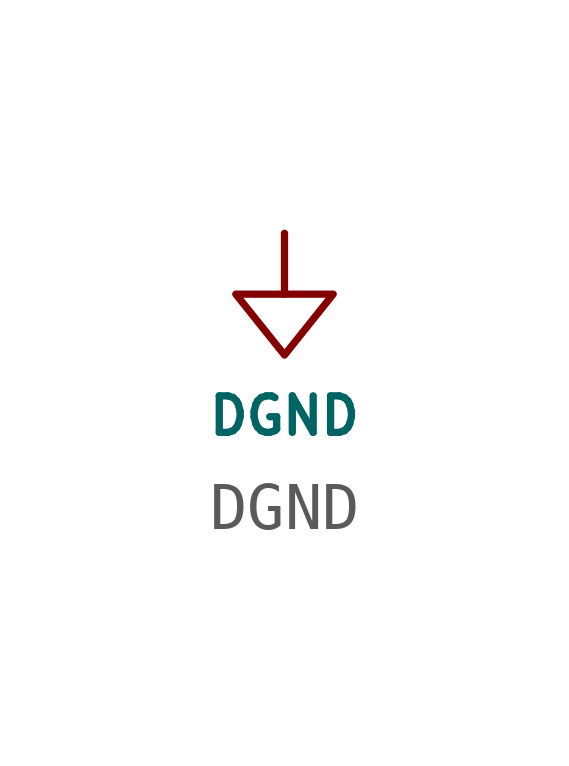
<source format=kicad_sym>
(kicad_symbol_lib
  (version 20211014)
  (generator kicad_symbol_editor)
  (symbol "DGND"
    (power)
    (pin_numbers hide)
    (pin_names
      (offset 0))
    (property "Reference" "#PWR"
      (at 0 1.143 0)
      (effects (font (size 0.508 0.508)) hide))
    (property "Value" "DGND"
      (at 0 -3.81 0)
      (effects (font (size 0.762 0.762))))
    (property "Footprint" ""
      (at 0 0 0)
      (effects (font (size 1.524 1.524))))
    (property "Datasheet" ""
      (at 0 0 0)
      (effects (font (size 1.524 1.524))))
    (symbol "DGND_0_0"
      (pin power_in line (at 0 0 90) (length 0) hide (name "DGND" (effects (font (size 0.635 0.635)))) (number "~" (effects (font (size 0.635 0.635))))))
    (symbol "DGND_0_1"
      (polyline (pts (xy 0 -1.27) (xy 0 0)) (stroke (width 0) (type default) (color 0 0 0 0)) (fill (type none)))
      (polyline (pts (xy 0 -1.27) (xy 1.016 -1.27) (xy 0 -2.54) (xy -1.016 -1.27) (xy 0 -1.27)) (stroke (width 0) (type default) (color 0 0 0 0)) (fill (type none))))))
</source>
